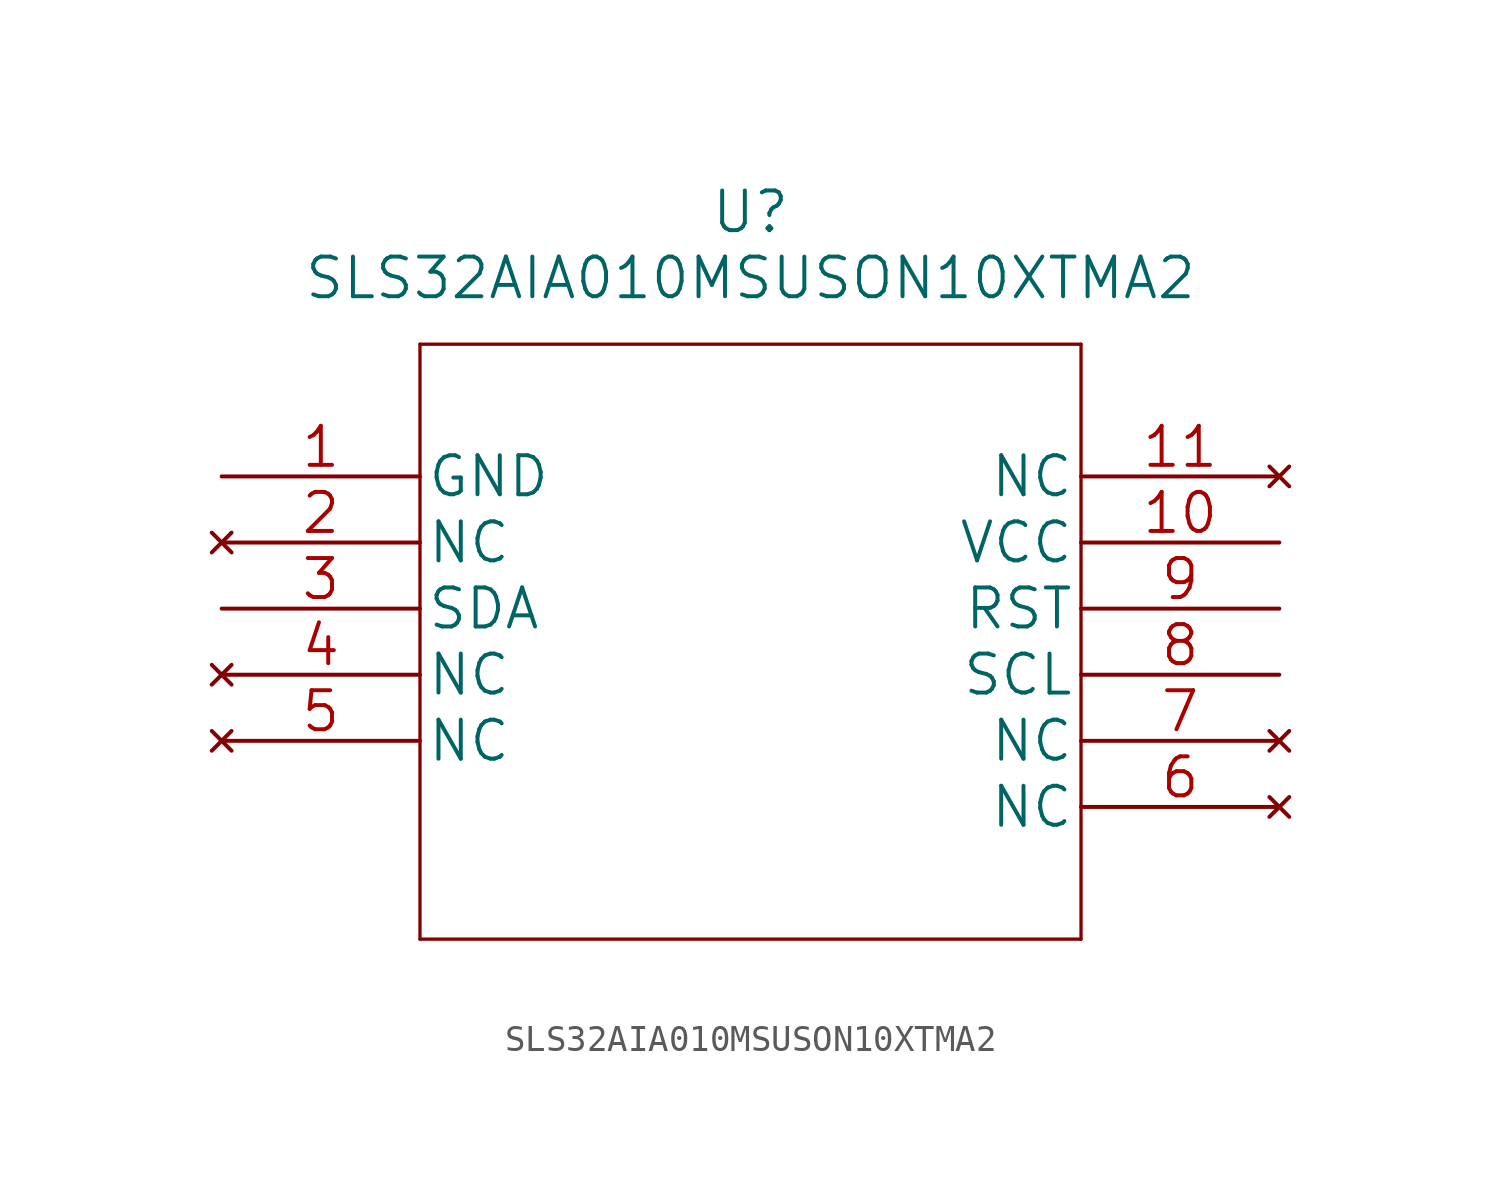
<source format=kicad_sym>
(kicad_symbol_lib
  (version 20220914)
  (generator kicad_symbol_editor)
  (symbol "SLS32AIA010MSUSON10XTMA2"
    (pin_names
      (offset 0.254))
    (property "Reference" "U"
      (at 20.32 10.16 0)
      (effects (font (size 1.524 1.524))))
    (property "Value" "SLS32AIA010MSUSON10XTMA2"
      (at 20.32 7.62 0)
      (effects (font (size 1.524 1.524))))
    (property "Datasheet" ""
      (at 0 0 0)
      (effects (font (size 1.524 1.524))))
    (property "ki_locked" ""
      (at 0 0 0)
      (effects (font (size 1.27 1.27))))
    (symbol "SLS32AIA010MSUSON10XTMA2_1_1"
      (polyline (pts (xy 7.62 -17.78) (xy 33.02 -17.78)) (stroke (width 0.127) (type solid)) (fill (type none)))
      (polyline (pts (xy 7.62 5.08) (xy 7.62 -17.78)) (stroke (width 0.127) (type solid)) (fill (type none)))
      (polyline (pts (xy 33.02 -17.78) (xy 33.02 5.08)) (stroke (width 0.127) (type solid)) (fill (type none)))
      (polyline (pts (xy 33.02 5.08) (xy 7.62 5.08)) (stroke (width 0.127) (type solid)) (fill (type none)))
      (pin power_in line (at 0 0 0) (length 7.62) (name "GND" (effects (font (size 1.499 1.499)))) (number "1" (effects (font (size 1.499 1.499)))))
      (pin power_in line (at 40.64 -2.54 180) (length 7.62) (name "VCC" (effects (font (size 1.499 1.499)))) (number "10" (effects (font (size 1.499 1.499)))))
      (pin no_connect line (at 40.64 0 180) (length 7.62) (name "NC" (effects (font (size 1.499 1.499)))) (number "11" (effects (font (size 1.499 1.499)))))
      (pin no_connect line (at 0 -2.54 0) (length 7.62) (name "NC" (effects (font (size 1.499 1.499)))) (number "2" (effects (font (size 1.499 1.499)))))
      (pin bidirectional line (at 0 -5.08 0) (length 7.62) (name "SDA" (effects (font (size 1.499 1.499)))) (number "3" (effects (font (size 1.499 1.499)))))
      (pin no_connect line (at 0 -7.62 0) (length 7.62) (name "NC" (effects (font (size 1.499 1.499)))) (number "4" (effects (font (size 1.499 1.499)))))
      (pin no_connect line (at 0 -10.16 0) (length 7.62) (name "NC" (effects (font (size 1.499 1.499)))) (number "5" (effects (font (size 1.499 1.499)))))
      (pin no_connect line (at 40.64 -12.7 180) (length 7.62) (name "NC" (effects (font (size 1.499 1.499)))) (number "6" (effects (font (size 1.499 1.499)))))
      (pin no_connect line (at 40.64 -10.16 180) (length 7.62) (name "NC" (effects (font (size 1.499 1.499)))) (number "7" (effects (font (size 1.499 1.499)))))
      (pin bidirectional line (at 40.64 -7.62 180) (length 7.62) (name "SCL" (effects (font (size 1.499 1.499)))) (number "8" (effects (font (size 1.499 1.499)))))
      (pin input line (at 40.64 -5.08 180) (length 7.62) (name "RST" (effects (font (size 1.499 1.499)))) (number "9" (effects (font (size 1.499 1.499))))))))
</source>
